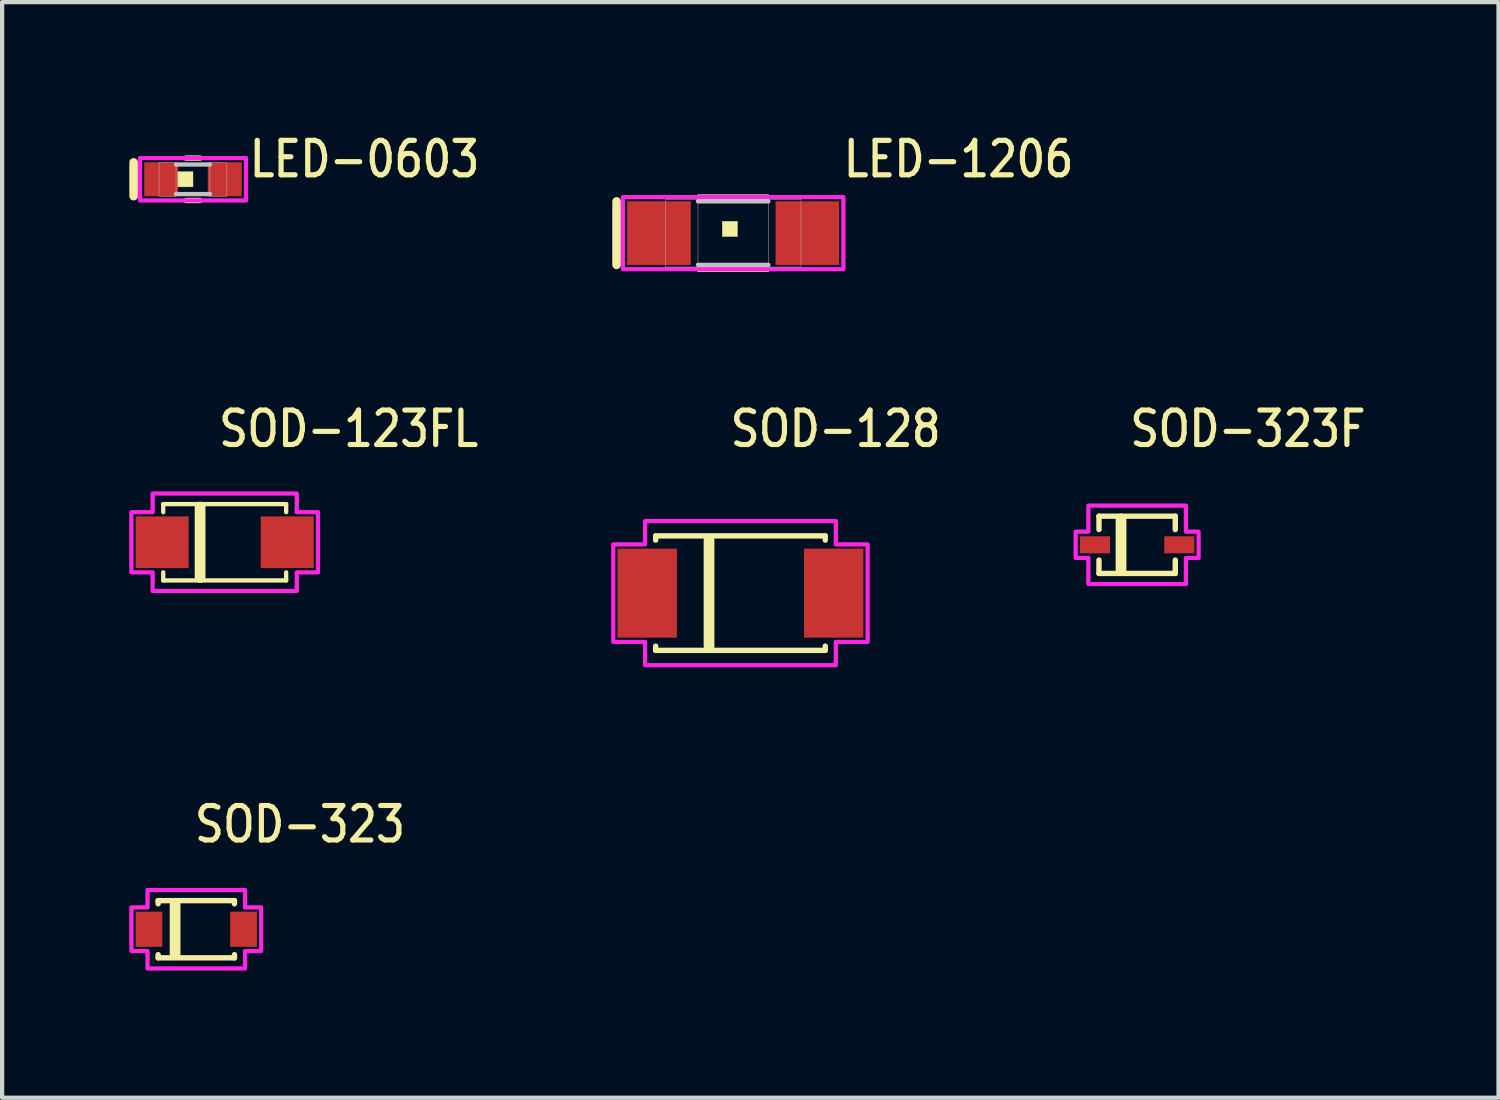
<source format=kicad_pcb>
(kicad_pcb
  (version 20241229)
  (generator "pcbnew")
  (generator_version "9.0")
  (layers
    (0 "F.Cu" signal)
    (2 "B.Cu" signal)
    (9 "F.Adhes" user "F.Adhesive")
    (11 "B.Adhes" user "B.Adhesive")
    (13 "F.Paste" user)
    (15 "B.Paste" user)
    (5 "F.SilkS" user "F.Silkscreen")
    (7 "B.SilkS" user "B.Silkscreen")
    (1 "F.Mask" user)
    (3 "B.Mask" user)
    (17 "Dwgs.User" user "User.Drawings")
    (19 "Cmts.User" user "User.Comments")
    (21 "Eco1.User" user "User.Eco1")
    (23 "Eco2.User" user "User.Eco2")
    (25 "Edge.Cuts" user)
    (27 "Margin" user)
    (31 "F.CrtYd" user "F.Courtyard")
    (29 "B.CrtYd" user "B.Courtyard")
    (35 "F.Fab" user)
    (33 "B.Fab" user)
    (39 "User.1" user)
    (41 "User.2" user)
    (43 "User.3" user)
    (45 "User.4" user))
  (footprint "SOD-123FL"
    (layer "F.Cu")
    (at 2.25 9.741)
    (property "Reference" "SOD-123FL" (at -0.2 -2.2 0) (unlocked yes) (layer "F.SilkS") (effects (font (size 0.813 0.695) (thickness 0.122)) (justify left bottom)))
    (fp_line (start -1.45 -0.9) (end -1.45 -0.71) (stroke (width 0.102) (type solid)) (layer "F.SilkS"))
    (fp_line (start -1.45 0.71) (end -1.45 0.9) (stroke (width 0.102) (type solid)) (layer "F.SilkS"))
    (fp_line (start -1.45 0.9) (end 1.45 0.9) (stroke (width 0.102) (type solid)) (layer "F.SilkS"))
    (fp_line (start -0.58 -0.83) (end -0.58 0.83) (stroke (width 0.254) (type solid)) (layer "F.SilkS"))
    (fp_line (start 1.45 -0.9) (end -1.45 -0.9) (stroke (width 0.102) (type solid)) (layer "F.SilkS"))
    (fp_line (start 1.45 -0.71) (end 1.45 -0.9) (stroke (width 0.102) (type solid)) (layer "F.SilkS"))
    (fp_line (start 1.45 0.9) (end 1.45 0.71) (stroke (width 0.102) (type solid)) (layer "F.SilkS"))
    (fp_poly (pts (xy -2.2 -0.71) (xy -1.7 -0.71) (xy -1.7 -1.15) (xy 1.7 -1.15) (xy 1.7 -0.71) (xy 2.2 -0.71) (xy 2.2 0.71) (xy 1.7 0.71) (xy 1.7 1.15) (xy -1.7 1.15) (xy -1.7 0.71) (xy -2.2 0.71)) (stroke (width 0.1) (type solid)) (fill no) (layer "F.CrtYd"))
    (pad "ANODE" smd rect (at 1.475 0) (size 1.25 1.22) (layers "F.Cu" "F.Mask" "F.Paste"))
    (pad "CATHODE" smd rect (at -1.475 0) (size 1.25 1.22) (layers "F.Cu" "F.Mask" "F.Paste")))
  (footprint "SOD-323"
    (layer "F.Cu")
    (at 1.58 18.869)
    (property "Reference" "SOD-323" (at -0.1 -2 0) (unlocked yes) (layer "F.SilkS") (effects (font (size 0.813 0.695) (thickness 0.122)) (justify left bottom)))
    (fp_line (start -0.9 -0.675) (end -0.9 -0.6) (stroke (width 0.127) (type solid)) (layer "F.SilkS"))
    (fp_line (start -0.9 -0.675) (end 0.9 -0.675) (stroke (width 0.127) (type solid)) (layer "F.SilkS"))
    (fp_line (start -0.9 0.675) (end -0.9 0.6) (stroke (width 0.127) (type solid)) (layer "F.SilkS"))
    (fp_line (start -0.5 -0.6) (end -0.5 0.6) (stroke (width 0.254) (type solid)) (layer "F.SilkS"))
    (fp_line (start 0.9 -0.675) (end 0.9 -0.6) (stroke (width 0.127) (type solid)) (layer "F.SilkS"))
    (fp_line (start 0.9 0.675) (end -0.9 0.675) (stroke (width 0.127) (type solid)) (layer "F.SilkS"))
    (fp_line (start 0.9 0.675) (end 0.9 0.6) (stroke (width 0.127) (type solid)) (layer "F.SilkS"))
    (fp_poly (pts (xy -1.53 -0.515) (xy -1.15 -0.515) (xy -1.15 -0.925) (xy 1.15 -0.925) (xy 1.15 -0.515) (xy 1.53 -0.515) (xy 1.53 0.515) (xy 1.15 0.515) (xy 1.15 0.925) (xy -1.15 0.925) (xy -1.15 0.515) (xy -1.53 0.515)) (stroke (width 0.1) (type solid)) (fill no) (layer "F.CrtYd"))
    (pad "ANODE" smd rect (at 1.115 0) (size 0.63 0.83) (layers "F.Cu" "F.Mask" "F.Paste"))
    (pad "CATHODE" smd rect (at -1.115 0) (size 0.63 0.83) (layers "F.Cu" "F.Mask" "F.Paste")))
  (footprint "SOD-323F"
    (layer "F.Cu")
    (at 23.773 9.801)
    (property "Reference" "SOD-323F" (at -0.23 -2.26 0) (unlocked yes) (layer "F.SilkS") (effects (font (size 0.813 0.695) (thickness 0.122)) (justify left bottom)))
    (fp_line (start -0.9 -0.675) (end -0.9 -0.36) (stroke (width 0.127) (type solid)) (layer "F.SilkS"))
    (fp_line (start -0.9 -0.675) (end 0.9 -0.675) (stroke (width 0.127) (type solid)) (layer "F.SilkS"))
    (fp_line (start -0.9 0.675) (end -0.9 0.36) (stroke (width 0.127) (type solid)) (layer "F.SilkS"))
    (fp_line (start -0.9 0.675) (end 0.9 0.675) (stroke (width 0.127) (type solid)) (layer "F.SilkS"))
    (fp_line (start -0.38 -0.61) (end -0.38 0.61) (stroke (width 0.254) (type solid)) (layer "F.SilkS"))
    (fp_line (start 0.9 -0.675) (end 0.9 -0.36) (stroke (width 0.127) (type solid)) (layer "F.SilkS"))
    (fp_line (start 0.9 0.675) (end 0.9 0.36) (stroke (width 0.127) (type solid)) (layer "F.SilkS"))
    (fp_poly (pts (xy -1.45 -0.31) (xy -1.15 -0.31) (xy -1.15 -0.925) (xy 1.15 -0.925) (xy 1.15 -0.31) (xy 1.45 -0.31) (xy 1.45 0.31) (xy 1.15 0.31) (xy 1.15 0.925) (xy -1.15 0.925) (xy -1.15 0.31) (xy -1.45 0.31)) (stroke (width 0.1) (type solid)) (fill no) (layer "F.CrtYd"))
    (pad "ANODE" smd rect (at 0.995 0) (size 0.71 0.403) (layers "F.Cu" "F.Mask" "F.Paste"))
    (pad "CATHODE" smd rect (at -0.995 0) (size 0.71 0.403) (layers "F.Cu" "F.Mask" "F.Paste")))
  (footprint "LED-1206"
    (layer "F.Cu")
    (at 14.244 2.449)
    (property "Reference" "LED-1206" (at 2.54 -1.27 0) (unlocked yes) (layer "F.SilkS") (effects (font (size 0.813 0.695) (thickness 0.122)) (justify left bottom)))
    (fp_line (start -2.75 -0.748) (end -2.75 0.748) (stroke (width 0.203) (type solid)) (layer "F.SilkS"))
    (fp_line (start -0.814 -0.85) (end 0.814 -0.85) (stroke (width 0.127) (type solid)) (layer "F.SilkS"))
    (fp_line (start -0.814 0.85) (end 0.814 0.85) (stroke (width 0.127) (type solid)) (layer "F.SilkS"))
    (fp_rect (start -0.256 0.078) (end 0.1 -0.278) (stroke (width 0.01) (type solid)) (fill yes) (layer "F.SilkS"))
    (fp_line (start -0.83 -0.749) (end 0.83 -0.749) (stroke (width 0.102) (type solid)) (layer "Dwgs.User"))
    (fp_line (start -0.83 0.749) (end 0.83 0.749) (stroke (width 0.102) (type solid)) (layer "Dwgs.User"))
    (fp_rect (start -1.6 0.8) (end -0.83 -0.8) (stroke (width 0.01) (type solid)) (fill no) (layer "Dwgs.User"))
    (fp_rect (start 0.83 0.8) (end 1.6 -0.8) (stroke (width 0.01) (type solid)) (fill no) (layer "Dwgs.User"))
    (fp_poly (pts (xy -2.6 -0.85) (xy 2.6 -0.85) (xy 2.6 0.85) (xy -2.6 0.85)) (stroke (width 0.1) (type solid)) (fill no) (layer "F.CrtYd"))
    (pad "1" smd rect (at -1.75 0) (size 1.5 1.5) (layers "F.Cu" "F.Mask" "F.Paste"))
    (pad "2" smd rect (at 1.75 0) (size 1.5 1.5) (layers "F.Cu" "F.Mask" "F.Paste")))
  (footprint "LED-0603"
    (layer "F.Cu")
    (at 1.502 1.179)
    (property "Reference" "LED-0603" (at 1.27 0 0) (unlocked yes) (layer "F.SilkS") (effects (font (size 0.813 0.695) (thickness 0.122)) (justify left bottom)))
    (fp_line (start -1.4 -0.398) (end -1.4 0.398) (stroke (width 0.203) (type solid)) (layer "F.SilkS"))
    (fp_line (start -0.164 -0.5) (end 0.164 -0.5) (stroke (width 0.127) (type solid)) (layer "F.SilkS"))
    (fp_line (start -0.164 0.5) (end 0.164 0.5) (stroke (width 0.127) (type solid)) (layer "F.SilkS"))
    (fp_rect (start -0.356 0.178) (end 0 -0.178) (stroke (width 0.01) (type solid)) (fill yes) (layer "F.SilkS"))
    (fp_line (start -0.4 -0.349) (end 0.4 -0.349) (stroke (width 0.102) (type solid)) (layer "Dwgs.User"))
    (fp_line (start -0.4 0.349) (end 0.4 0.349) (stroke (width 0.102) (type solid)) (layer "Dwgs.User"))
    (fp_rect (start -0.8 0.4) (end -0.4 -0.4) (stroke (width 0.01) (type solid)) (fill no) (layer "Dwgs.User"))
    (fp_rect (start 0.4 0.4) (end 0.8 -0.4) (stroke (width 0.01) (type solid)) (fill no) (layer "Dwgs.User"))
    (fp_poly (pts (xy -1.25 -0.5) (xy 1.25 -0.5) (xy 1.25 0.5) (xy -1.25 0.5)) (stroke (width 0.1) (type solid)) (fill no) (layer "F.CrtYd"))
    (pad "1" smd rect (at -0.75 0) (size 0.8 0.8) (layers "F.Cu" "F.Mask" "F.Paste"))
    (pad "2" smd rect (at 0.75 0) (size 0.8 0.8) (layers "F.Cu" "F.Mask" "F.Paste")))
  (footprint "SOD-128"
    (layer "F.Cu")
    (at 14.416 10.941)
    (property "Reference" "SOD-128" (at -0.3 -3.4 0) (unlocked yes) (layer "F.SilkS") (effects (font (size 0.813 0.695) (thickness 0.122)) (justify left bottom)))
    (fp_line (start -2 -1.35) (end 2 -1.35) (stroke (width 0.127) (type solid)) (layer "F.SilkS"))
    (fp_line (start -2 -1.25) (end -2 -1.35) (stroke (width 0.127) (type solid)) (layer "F.SilkS"))
    (fp_line (start -2 1.25) (end -2 1.35) (stroke (width 0.127) (type solid)) (layer "F.SilkS"))
    (fp_line (start -2 1.35) (end 2 1.35) (stroke (width 0.127) (type solid)) (layer "F.SilkS"))
    (fp_line (start -0.741 -1.25) (end -0.741 1.25) (stroke (width 0.254) (type solid)) (layer "F.SilkS"))
    (fp_line (start 2 -1.25) (end 2 -1.35) (stroke (width 0.127) (type solid)) (layer "F.SilkS"))
    (fp_line (start 2 1.35) (end 2 1.25) (stroke (width 0.127) (type solid)) (layer "F.SilkS"))
    (fp_poly (pts (xy -3 -1.15) (xy -2.25 -1.15) (xy -2.25 -1.7) (xy 2.25 -1.7) (xy 2.25 -1.15) (xy 3 -1.15) (xy 3 1.15) (xy 2.25 1.15) (xy 2.25 1.7) (xy -2.25 1.7) (xy -2.25 1.15) (xy -3 1.15)) (stroke (width 0.1) (type solid)) (fill no) (layer "F.CrtYd"))
    (pad "ANODE" smd rect (at 2.2 0) (size 1.4 2.1) (layers "F.Cu" "F.Mask" "F.Paste"))
    (pad "CATHODE" smd rect (at -2.2 0) (size 1.4 2.1) (layers "F.Cu" "F.Mask" "F.Paste")))
  (gr_rect
    (start -3 -3)
    (end 32.297 22.844)
    (stroke (width 0.1) (type default))
    (fill no)
    (layer "Edge.Cuts")))
</source>
